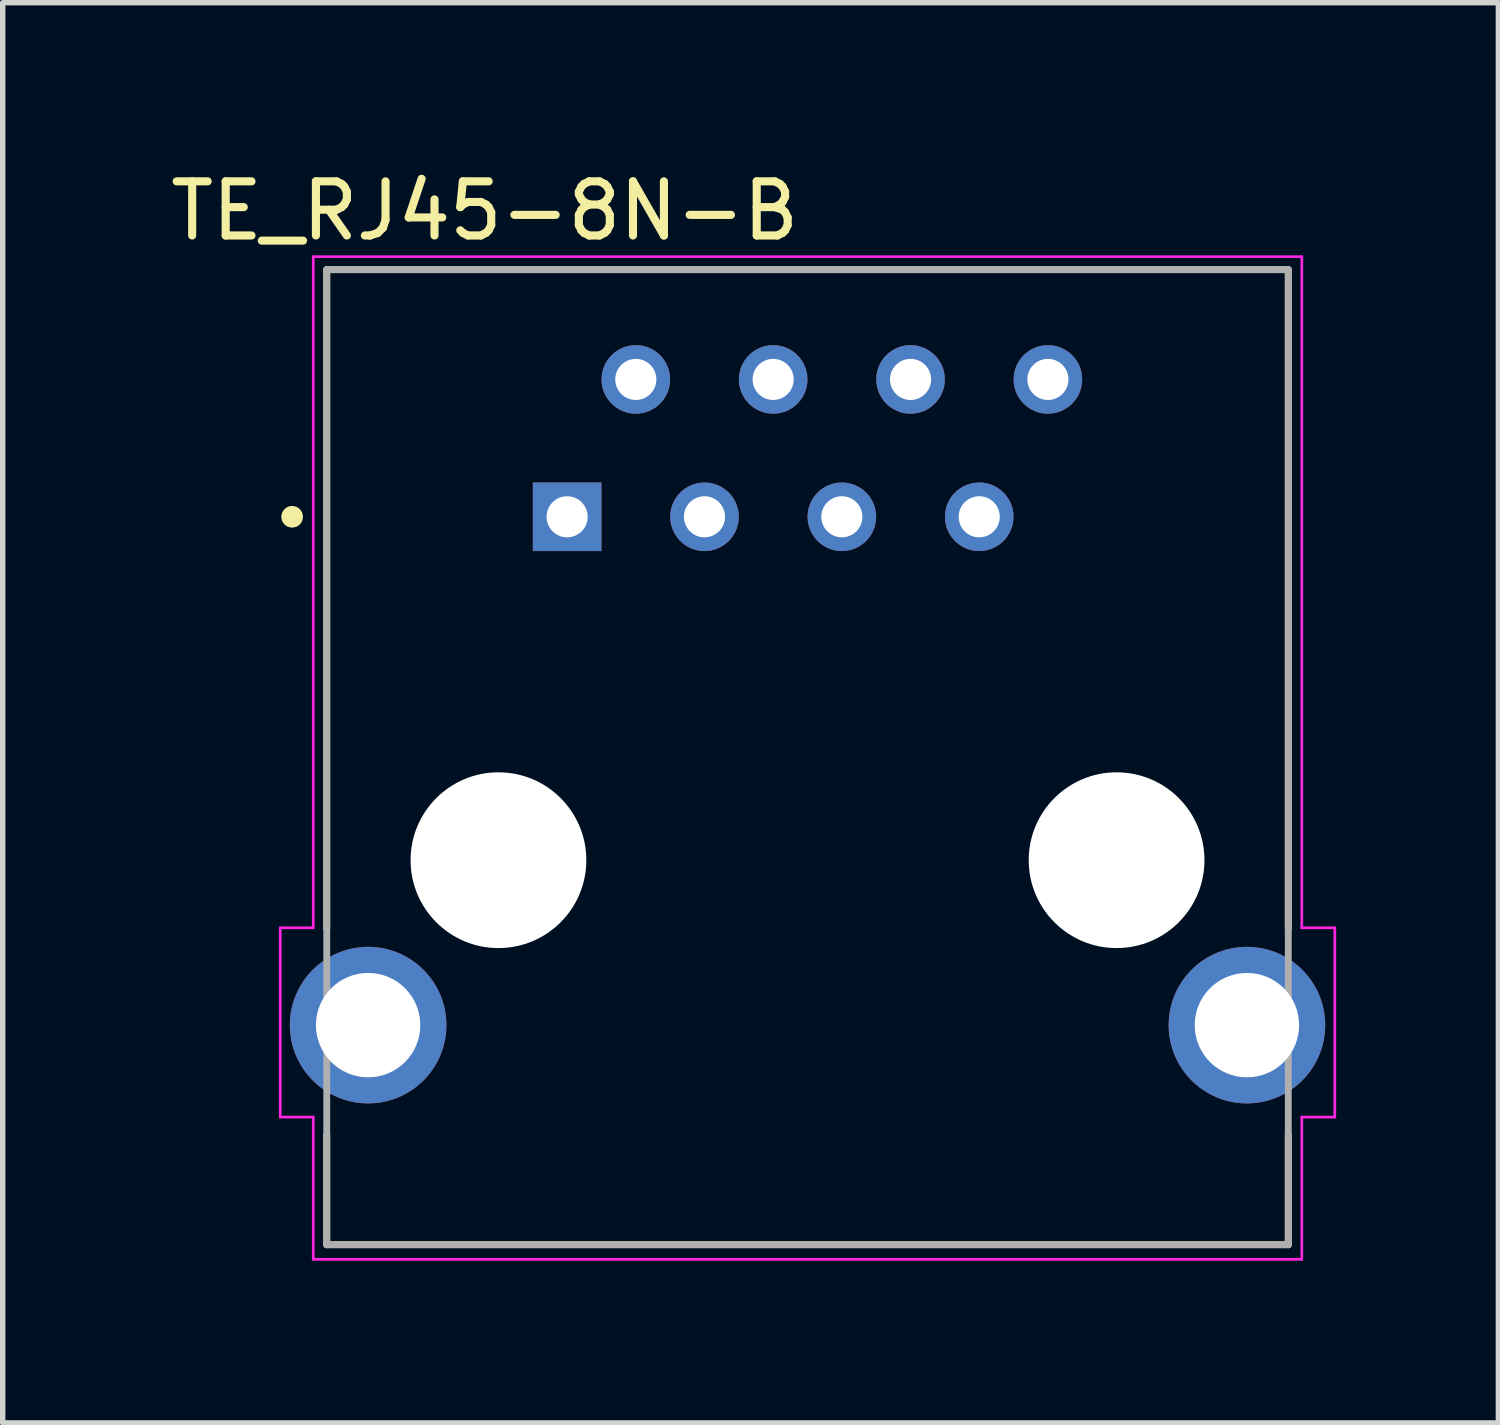
<source format=kicad_pcb>
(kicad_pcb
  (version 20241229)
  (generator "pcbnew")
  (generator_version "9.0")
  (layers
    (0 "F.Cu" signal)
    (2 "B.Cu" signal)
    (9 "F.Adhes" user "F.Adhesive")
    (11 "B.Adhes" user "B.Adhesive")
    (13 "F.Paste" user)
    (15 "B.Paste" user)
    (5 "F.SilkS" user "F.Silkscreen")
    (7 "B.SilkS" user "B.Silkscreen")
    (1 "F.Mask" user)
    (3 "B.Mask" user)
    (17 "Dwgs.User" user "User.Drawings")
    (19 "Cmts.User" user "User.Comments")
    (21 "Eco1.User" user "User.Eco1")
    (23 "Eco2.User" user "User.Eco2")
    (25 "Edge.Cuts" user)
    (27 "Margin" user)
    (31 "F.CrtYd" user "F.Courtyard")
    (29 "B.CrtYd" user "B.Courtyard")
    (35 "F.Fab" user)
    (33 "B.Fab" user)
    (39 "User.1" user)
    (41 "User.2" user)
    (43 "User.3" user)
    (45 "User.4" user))
  (footprint "TE_RJ45-8N-B"
    (layer "F.Cu")
    (at 11.882 12.856)
    (property "Reference" "TE_RJ45-8N-B" (at -5.968 -12.007 0) (layer "F.SilkS") (effects (font (size 1.001 1.001) (thickness 0.15))))
    (attr through_hole)
    (fp_line (start -8.89 -10.92) (end -8.89 1.27) (stroke (width 0.127) (type solid)) (layer "F.SilkS"))
    (fp_line (start -8.89 -10.92) (end 8.89 -10.92) (stroke (width 0.127) (type solid)) (layer "F.SilkS"))
    (fp_line (start -8.89 5.08) (end -8.89 7.11) (stroke (width 0.127) (type solid)) (layer "F.SilkS"))
    (fp_line (start -8.89 7.11) (end 8.89 7.11) (stroke (width 0.127) (type solid)) (layer "F.SilkS"))
    (fp_line (start 8.89 -10.92) (end 8.89 1.27) (stroke (width 0.127) (type solid)) (layer "F.SilkS"))
    (fp_line (start 8.89 7.11) (end 8.89 5.08) (stroke (width 0.127) (type solid)) (layer "F.SilkS"))
    (fp_circle (center -9.53 -6.35) (end -9.43 -6.35) (stroke (width 0.2) (type solid)) (fill no) (layer "F.SilkS"))
    (fp_line (start -9.75 1.25) (end -9.14 1.25) (stroke (width 0.05) (type solid)) (layer "F.CrtYd"))
    (fp_line (start -9.75 4.75) (end -9.75 1.25) (stroke (width 0.05) (type solid)) (layer "F.CrtYd"))
    (fp_line (start -9.14 -11.16) (end 9.14 -11.16) (stroke (width 0.05) (type solid)) (layer "F.CrtYd"))
    (fp_line (start -9.14 1.25) (end -9.14 -11.16) (stroke (width 0.05) (type solid)) (layer "F.CrtYd"))
    (fp_line (start -9.14 4.75) (end -9.75 4.75) (stroke (width 0.05) (type solid)) (layer "F.CrtYd"))
    (fp_line (start -9.14 7.38) (end -9.14 4.75) (stroke (width 0.05) (type solid)) (layer "F.CrtYd"))
    (fp_line (start 9.14 -11.16) (end 9.14 1.25) (stroke (width 0.05) (type solid)) (layer "F.CrtYd"))
    (fp_line (start 9.14 1.25) (end 9.75 1.25) (stroke (width 0.05) (type solid)) (layer "F.CrtYd"))
    (fp_line (start 9.14 4.75) (end 9.14 7.38) (stroke (width 0.05) (type solid)) (layer "F.CrtYd"))
    (fp_line (start 9.14 7.38) (end -9.14 7.38) (stroke (width 0.05) (type solid)) (layer "F.CrtYd"))
    (fp_line (start 9.75 1.25) (end 9.75 4.75) (stroke (width 0.05) (type solid)) (layer "F.CrtYd"))
    (fp_line (start 9.75 4.75) (end 9.14 4.75) (stroke (width 0.05) (type solid)) (layer "F.CrtYd"))
    (fp_line (start -8.89 -10.92) (end -8.89 7.11) (stroke (width 0.127) (type solid)) (layer "F.Fab"))
    (fp_line (start -8.89 7.11) (end 8.89 7.11) (stroke (width 0.127) (type solid)) (layer "F.Fab"))
    (fp_line (start 8.89 -10.92) (end -8.89 -10.92) (stroke (width 0.127) (type solid)) (layer "F.Fab"))
    (fp_line (start 8.89 7.11) (end 8.89 -10.92) (stroke (width 0.127) (type solid)) (layer "F.Fab"))
    (fp_circle (center -4.445 -6.35) (end -4.345 -6.35) (stroke (width 0.2) (type solid)) (fill no) (layer "F.Fab"))
    (pad "" np_thru_hole circle (at -5.715 0) (size 3.25 3.25) (drill 3.25) (layers "*.Cu" "*.Mask"))
    (pad "" np_thru_hole circle (at 5.715 0) (size 3.25 3.25) (drill 3.25) (layers "*.Cu" "*.Mask"))
    (pad "1" thru_hole rect (at -4.445 -6.35) (size 1.268 1.268) (drill 0.76) (layers "*.Cu" "*.Mask"))
    (pad "2" thru_hole circle (at -3.175 -8.89) (size 1.268 1.268) (drill 0.76) (layers "*.Cu" "*.Mask"))
    (pad "3" thru_hole circle (at -1.905 -6.35) (size 1.268 1.268) (drill 0.76) (layers "*.Cu" "*.Mask"))
    (pad "4" thru_hole circle (at -0.635 -8.89) (size 1.268 1.268) (drill 0.76) (layers "*.Cu" "*.Mask"))
    (pad "5" thru_hole circle (at 0.635 -6.35) (size 1.268 1.268) (drill 0.76) (layers "*.Cu" "*.Mask"))
    (pad "6" thru_hole circle (at 1.905 -8.89) (size 1.268 1.268) (drill 0.76) (layers "*.Cu" "*.Mask"))
    (pad "7" thru_hole circle (at 3.175 -6.35) (size 1.268 1.268) (drill 0.76) (layers "*.Cu" "*.Mask"))
    (pad "8" thru_hole circle (at 4.445 -8.89) (size 1.268 1.268) (drill 0.76) (layers "*.Cu" "*.Mask"))
    (pad "9" thru_hole circle (at -8.125 3.05) (size 2.895 2.895) (drill 1.93) (layers "*.Cu" "*.Mask"))
    (pad "10" thru_hole circle (at 8.125 3.05) (size 2.895 2.895) (drill 1.93) (layers "*.Cu" "*.Mask")))
  (gr_rect
    (start -3 -3)
    (end 24.657 23.261)
    (stroke (width 0.1) (type default))
    (fill no)
    (layer "Edge.Cuts")))
</source>
